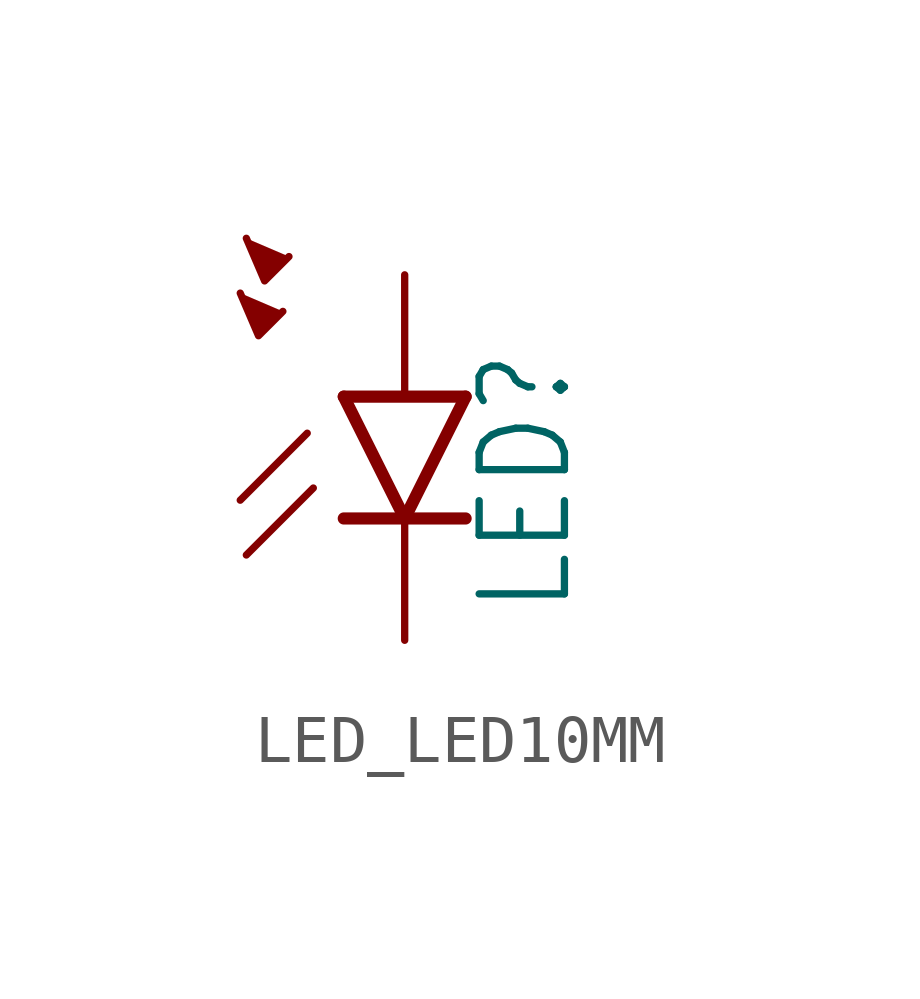
<source format=kicad_sym>
(kicad_symbol_lib
  (version 20241209)
  (generator "kicad_symbol_editor")
  (generator_version "9.0")
  (symbol "LED_LED10MM"
    (property "Reference" "LED"
      (at 3.556 -4.572 90)
      (effects (font (size 1.778 1.511)) (justify left bottom)))
    (property "Value" ""
      (at 5.715 -4.572 90)
      (effects (font (size 1.778 1.511)) (justify left bottom)))
    (property "ki_locked" ""
      (at 0 0 0)
      (effects (font (size 1.27 1.27))))
    (symbol "LED_LED10MM_1_0"
      (polyline (pts (xy -3.429 2.159) (xy -3.048 1.27) (xy -2.54 1.778)) (stroke (width 0.152) (type solid)) (fill (type outline)))
      (polyline (pts (xy -3.302 3.302) (xy -2.921 2.413) (xy -2.413 2.921)) (stroke (width 0.152) (type solid)) (fill (type outline)))
      (polyline (pts (xy -2.032 -0.762) (xy -3.429 -2.159)) (stroke (width 0.152) (type solid)) (fill (type none)))
      (polyline (pts (xy -1.905 -1.905) (xy -3.302 -3.302)) (stroke (width 0.152) (type solid)) (fill (type none)))
      (polyline (pts (xy 0 -2.54) (xy -1.27 0)) (stroke (width 0.254) (type solid)) (fill (type none)))
      (polyline (pts (xy 0 -2.54) (xy -1.27 -2.54)) (stroke (width 0.254) (type solid)) (fill (type none)))
      (polyline (pts (xy 1.27 0) (xy -1.27 0)) (stroke (width 0.254) (type solid)) (fill (type none)))
      (polyline (pts (xy 1.27 0) (xy 0 -2.54)) (stroke (width 0.254) (type solid)) (fill (type none)))
      (polyline (pts (xy 1.27 -2.54) (xy 0 -2.54)) (stroke (width 0.254) (type solid)) (fill (type none)))
      (pin passive line (at 0 2.54 270) (length 2.54) (name "A" (effects (font (size 0 0)))) (number "A" (effects (font (size 0 0)))))
      (pin passive line (at 0 -5.08 90) (length 2.54) (name "C" (effects (font (size 0 0)))) (number "K" (effects (font (size 0 0))))))))
</source>
